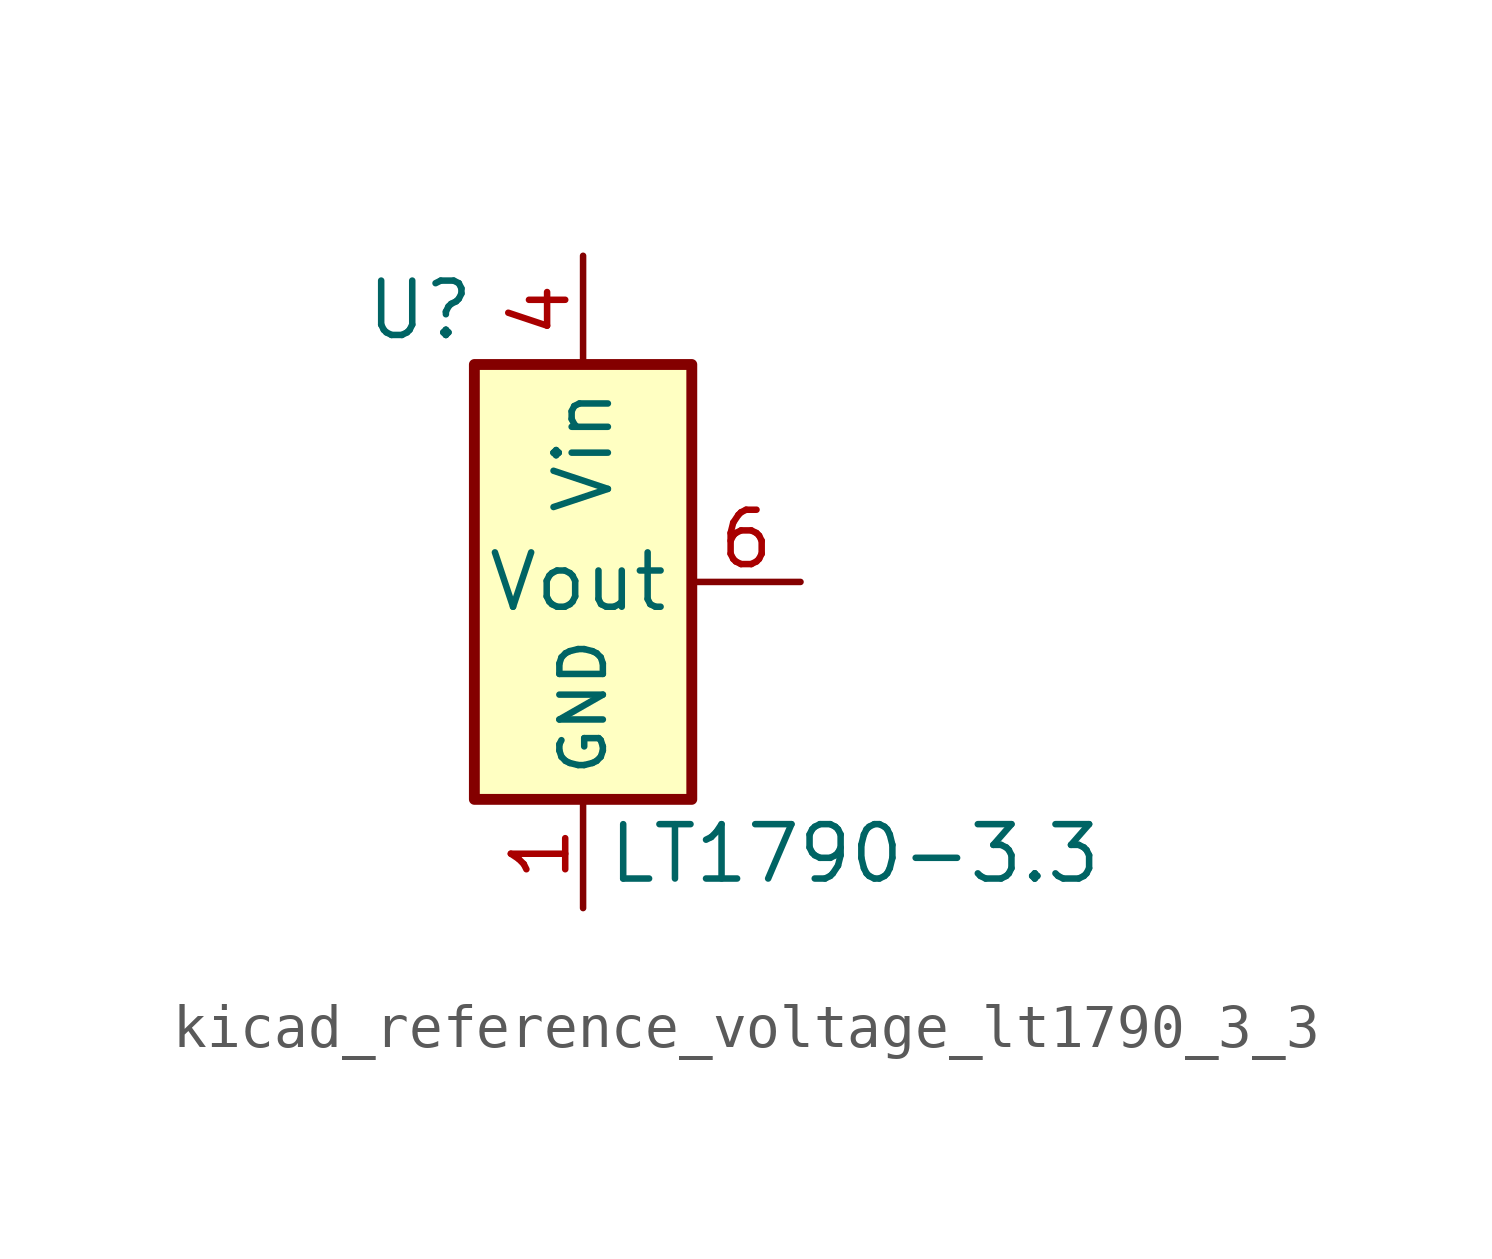
<source format=kicad_sym>
(kicad_symbol_lib
  (version 20220914)
  (generator kicad_symbol_editor)
  (symbol "kicad_reference_voltage_lt1790_3_3"
    (property "Reference" "U"
      (at -3.81 6.35 0)
      (effects (font (size 1.27 1.27))))
    (property "Value" "LT1790-3.3"
      (at 6.35 -6.35 0)
      (effects (font (size 1.27 1.27))))
    (symbol "kicad_reference_voltage_lt1790_3_3_0_1"
      (rectangle (start 2.54 5.08) (end -2.54 -5.08) (stroke (width 0.254) (type default)) (fill (type background))))
    (symbol "kicad_reference_voltage_lt1790_3_3_1_1"
      (pin power_in line (at 0 -7.62 90) (length 2.54) (name "GND" (effects (font (size 1.016 1.016)))) (number "1" (effects (font (size 1.27 1.27)))))
      (pin passive line (at 0 -7.62 90) (length 2.54) hide (name "GND" (effects (font (size 1.016 1.016)))) (number "2" (effects (font (size 1.27 1.27)))))
      (pin power_in line (at 0 7.62 270) (length 2.54) (name "Vin" (effects (font (size 1.27 1.27)))) (number "4" (effects (font (size 1.27 1.27)))))
      (pin output line (at 5.08 0 180) (length 2.54) (name "Vout" (effects (font (size 1.27 1.27)))) (number "6" (effects (font (size 1.27 1.27))))))))
</source>
